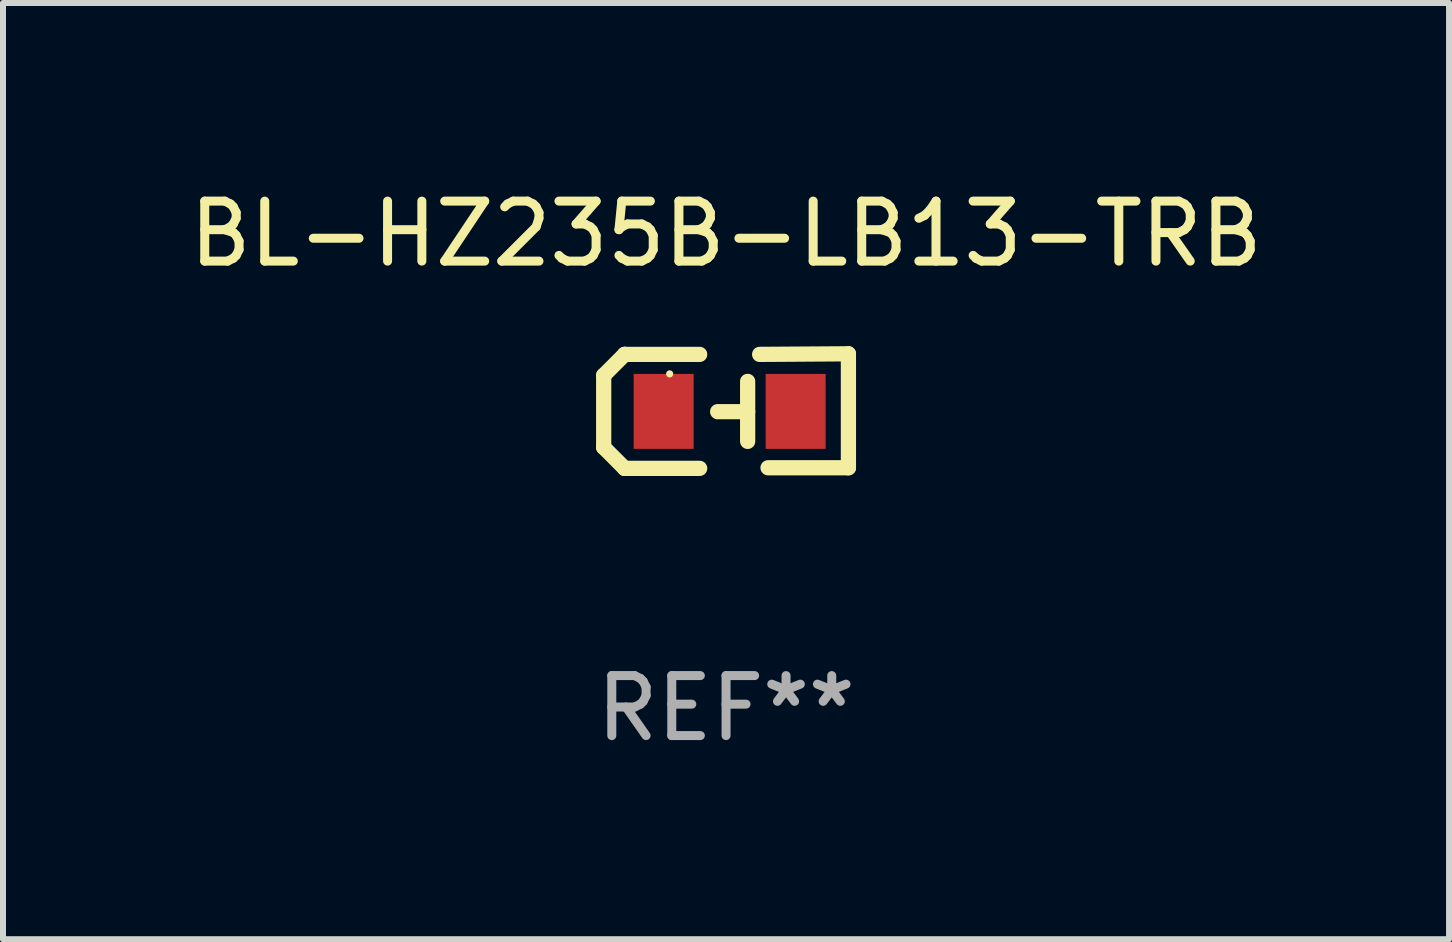
<source format=kicad_pcb>
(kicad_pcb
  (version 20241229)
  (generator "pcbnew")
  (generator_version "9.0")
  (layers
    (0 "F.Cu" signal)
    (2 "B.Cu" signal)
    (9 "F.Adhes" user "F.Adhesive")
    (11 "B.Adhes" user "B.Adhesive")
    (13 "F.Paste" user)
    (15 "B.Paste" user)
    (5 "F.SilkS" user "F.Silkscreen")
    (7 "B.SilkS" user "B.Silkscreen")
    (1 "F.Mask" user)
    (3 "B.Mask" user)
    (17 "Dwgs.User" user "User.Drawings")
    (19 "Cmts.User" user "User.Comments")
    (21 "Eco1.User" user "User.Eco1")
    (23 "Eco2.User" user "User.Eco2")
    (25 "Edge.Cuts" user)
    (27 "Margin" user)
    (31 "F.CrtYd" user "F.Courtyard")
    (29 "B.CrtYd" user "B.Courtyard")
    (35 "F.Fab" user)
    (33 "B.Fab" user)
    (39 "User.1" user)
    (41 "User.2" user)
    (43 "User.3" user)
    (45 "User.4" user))
  (footprint "BL-HZ235B-LB13-TRB"
    (layer "F.Cu")
    (at 9.054 3.803)
    (property "Reference" "BL-HZ235B-LB13-TRB" (at 0 -2.955 0) (layer "F.SilkS") (effects (font (size 1 1) (thickness 0.15))))
    (attr through_hole)
    (fp_line (start -2.04 -0.595) (end -2.04 0.605) (stroke (width 0.254) (type solid)) (layer "F.SilkS"))
    (fp_line (start -1.69 -0.945) (end -1.69 -0.945) (stroke (width 0.254) (type solid)) (layer "F.SilkS"))
    (fp_line (start -1.69 -0.945) (end -2.04 -0.595) (stroke (width 0.254) (type solid)) (layer "F.SilkS"))
    (fp_line (start -1.69 0.955) (end -2.04 0.605) (stroke (width 0.254) (type solid)) (layer "F.SilkS"))
    (fp_line (start -1.69 0.955) (end -1.69 0.955) (stroke (width 0.254) (type solid)) (layer "F.SilkS"))
    (fp_line (start -0.44 -0.945) (end -1.69 -0.945) (stroke (width 0.254) (type solid)) (layer "F.SilkS"))
    (fp_line (start -0.44 0.955) (end -1.69 0.955) (stroke (width 0.254) (type solid)) (layer "F.SilkS"))
    (fp_line (start 0.36 -0.495) (end 0.36 0.505) (stroke (width 0.254) (type solid)) (layer "F.SilkS"))
    (fp_line (start 0.36 0.01) (end -0.14 0.01) (stroke (width 0.254) (type solid)) (layer "F.SilkS"))
    (fp_line (start 0.56 -0.945) (end 2.04 -0.955) (stroke (width 0.254) (type solid)) (layer "F.SilkS"))
    (fp_line (start 0.7 0.945) (end 2.04 0.945) (stroke (width 0.254) (type solid)) (layer "F.SilkS"))
    (fp_line (start 2.04 -0.955) (end 2.04 0.945) (stroke (width 0.254) (type solid)) (layer "F.SilkS"))
    (fp_circle (center -0.94 -0.62) (end -0.91 -0.62) (stroke (width 0.06) (type solid)) (fill no) (layer "F.SilkS"))
    (fp_text user "REF**" (at 0 4.955 0) (layer "F.Fab") (effects (font (size 1 1) (thickness 0.15))))
    (pad "1" smd rect (at -1.04 0.005 180) (size 1 1.25) (layers "F.Cu" "F.Mask" "F.Paste"))
    (pad "2" smd rect (at 1.16 0.005 180) (size 1 1.25) (layers "F.Cu" "F.Mask" "F.Paste")))
  (gr_rect
    (start -3 -3)
    (end 21.107 12.607)
    (stroke (width 0.1) (type default))
    (fill no)
    (layer "Edge.Cuts")))
</source>
